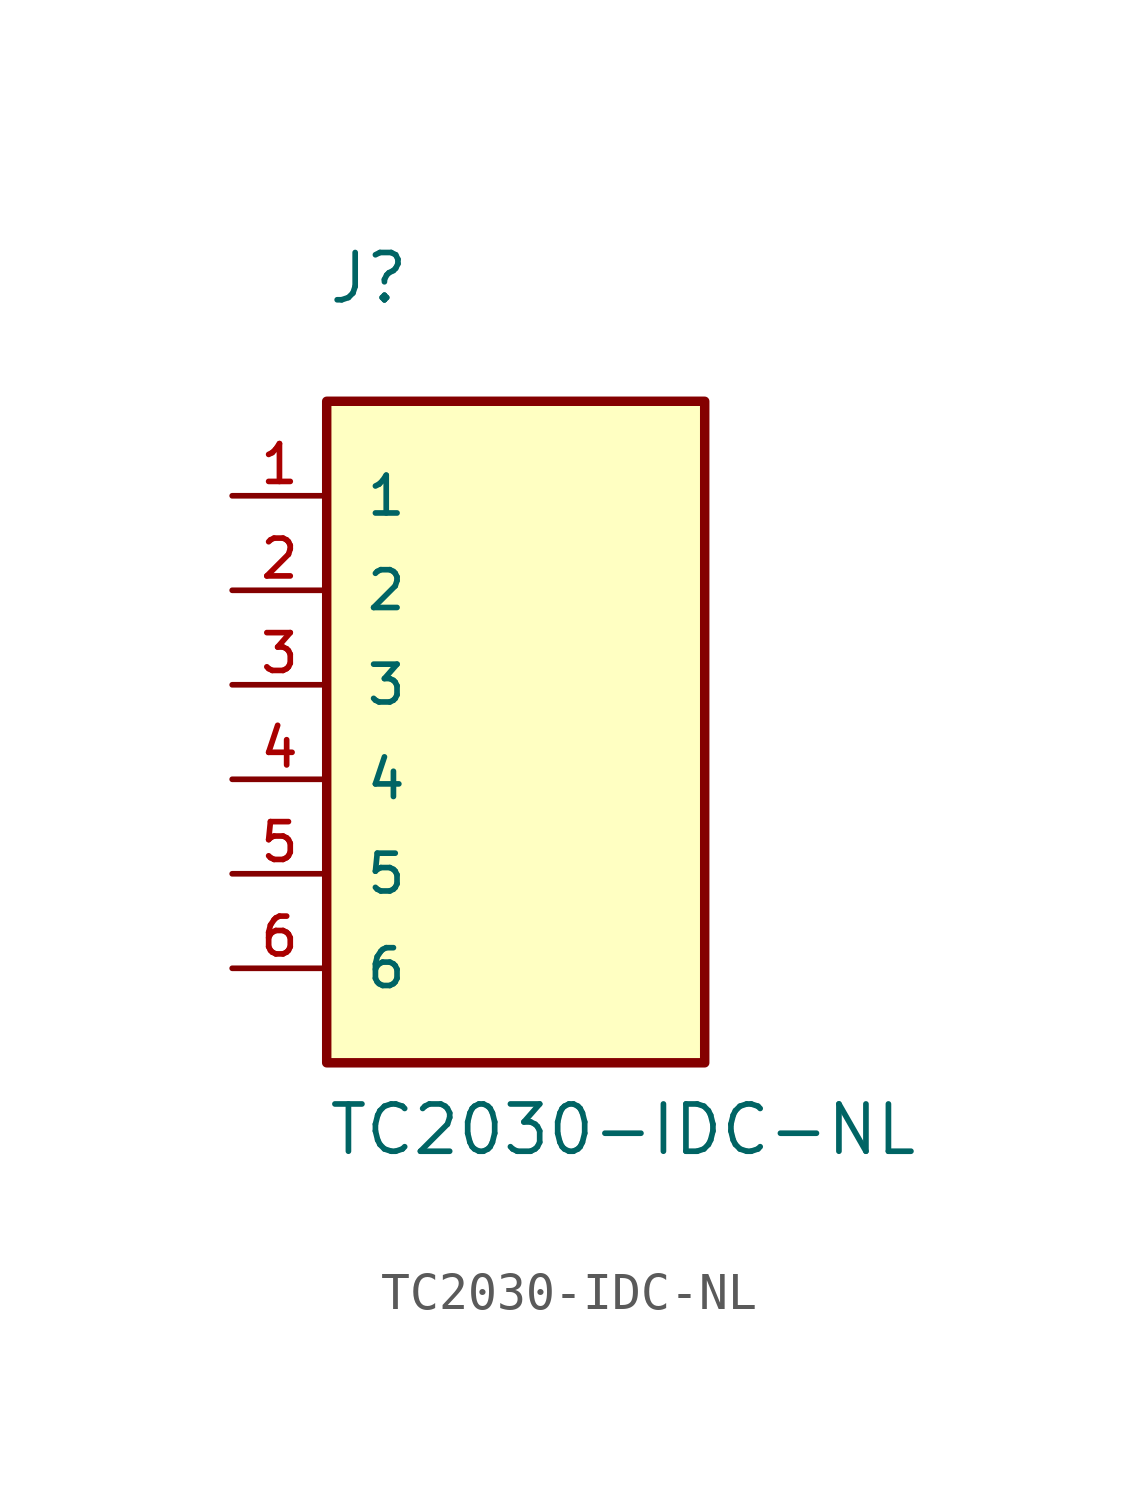
<source format=kicad_sym>
(kicad_symbol_lib
  (version 20211014)
  (generator kicad_symbol_editor)
  (symbol "TC2030-IDC-NL"
    (pin_names
      (offset 1.016))
    (property "Reference" "J"
      (at -5.08 12.725 0)
      (effects (font (size 1.27 1.27)) (justify left bottom)))
    (property "Value" "TC2030-IDC-NL"
      (at -5.08 -10.16 0)
      (effects (font (size 1.27 1.27)) (justify left bottom)))
    (symbol "TC2030-IDC-NL_0_0"
      (rectangle (start -5.08 -7.62) (end 5.08 10.16) (stroke (width 0.254) (type default) (color 0 0 0 0)) (fill (type background)))
      (pin passive line (at -7.62 7.62 0) (length 2.54) (name "1" (effects (font (size 1.016 1.016)))) (number "1" (effects (font (size 1.016 1.016)))))
      (pin passive line (at -7.62 5.08 0) (length 2.54) (name "2" (effects (font (size 1.016 1.016)))) (number "2" (effects (font (size 1.016 1.016)))))
      (pin passive line (at -7.62 2.54 0) (length 2.54) (name "3" (effects (font (size 1.016 1.016)))) (number "3" (effects (font (size 1.016 1.016)))))
      (pin passive line (at -7.62 0 0) (length 2.54) (name "4" (effects (font (size 1.016 1.016)))) (number "4" (effects (font (size 1.016 1.016)))))
      (pin passive line (at -7.62 -2.54 0) (length 2.54) (name "5" (effects (font (size 1.016 1.016)))) (number "5" (effects (font (size 1.016 1.016)))))
      (pin passive line (at -7.62 -5.08 0) (length 2.54) (name "6" (effects (font (size 1.016 1.016)))) (number "6" (effects (font (size 1.016 1.016))))))))
</source>
